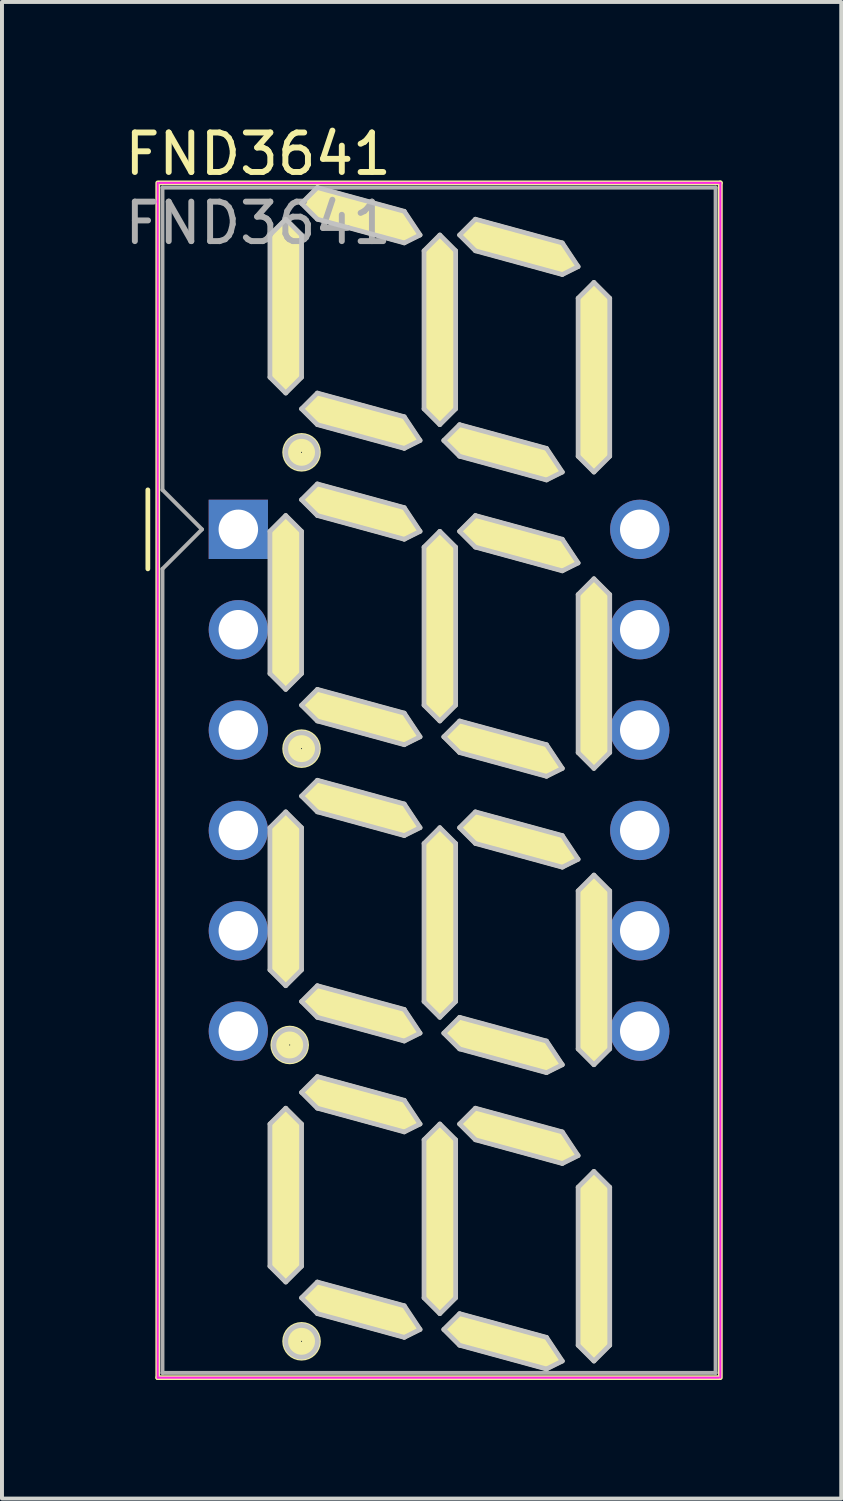
<source format=kicad_pcb>
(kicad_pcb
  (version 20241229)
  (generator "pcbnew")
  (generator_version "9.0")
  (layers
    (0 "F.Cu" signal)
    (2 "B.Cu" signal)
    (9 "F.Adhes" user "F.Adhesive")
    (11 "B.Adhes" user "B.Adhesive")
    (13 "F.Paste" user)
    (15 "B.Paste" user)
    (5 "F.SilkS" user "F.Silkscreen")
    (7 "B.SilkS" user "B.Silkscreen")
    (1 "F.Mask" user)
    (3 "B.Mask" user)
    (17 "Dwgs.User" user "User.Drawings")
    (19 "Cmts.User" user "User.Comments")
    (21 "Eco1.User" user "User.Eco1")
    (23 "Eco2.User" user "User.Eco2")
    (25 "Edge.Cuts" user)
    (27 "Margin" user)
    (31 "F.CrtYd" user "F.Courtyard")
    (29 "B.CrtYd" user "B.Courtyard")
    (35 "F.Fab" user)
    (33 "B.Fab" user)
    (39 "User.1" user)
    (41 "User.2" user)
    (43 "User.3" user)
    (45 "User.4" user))
  (footprint "FND3641"
    (layer "F.Cu")
    (at 2.982 10.348)
    (property "Reference" "FND3641" (at 0.5 -9.5 0) (layer "F.SilkS") (effects (font (size 1 1) (thickness 0.15))))
    (attr through_hole)
    (fp_line (start -2.29 -1) (end -2.29 1) (stroke (width 0.12) (type solid)) (layer "F.SilkS"))
    (fp_line (start -2.04 -8.77) (end -2.04 21.47) (stroke (width 0.12) (type solid)) (layer "F.SilkS"))
    (fp_line (start -2 -8.77) (end 12.2 -8.77) (stroke (width 0.12) (type solid)) (layer "F.SilkS"))
    (fp_line (start 12.16 21.47) (end -2.04 21.47) (stroke (width 0.12) (type solid)) (layer "F.SilkS"))
    (fp_line (start 12.2 21.47) (end 12.2 -8.77) (stroke (width 0.12) (type solid)) (layer "F.SilkS"))
    (fp_circle (center 1.3 13.05) (end 1.55 13.05) (stroke (width 0.475) (type solid)) (fill no) (layer "F.SilkS"))
    (fp_circle (center 1.6 -1.95) (end 1.85 -1.95) (stroke (width 0.475) (type solid)) (fill no) (layer "F.SilkS"))
    (fp_circle (center 1.6 5.55) (end 1.85 5.55) (stroke (width 0.475) (type solid)) (fill no) (layer "F.SilkS"))
    (fp_circle (center 1.6 20.55) (end 1.85 20.55) (stroke (width 0.475) (type solid)) (fill no) (layer "F.SilkS"))
    (fp_poly (pts (xy 1.6 -7.45) (xy 1.6 -3.85) (xy 1.2 -3.45) (xy 0.8 -3.85) (xy 0.8 -7.45) (xy 1.2 -7.85)) (stroke (width 0.1) (type solid)) (fill yes) (layer "F.SilkS"))
    (fp_poly (pts (xy 1.6 0.05) (xy 1.6 3.65) (xy 1.2 4.05) (xy 0.8 3.65) (xy 0.8 0.05) (xy 1.2 -0.35)) (stroke (width 0.1) (type solid)) (fill yes) (layer "F.SilkS"))
    (fp_poly (pts (xy 1.6 7.55) (xy 1.6 11.15) (xy 1.2 11.55) (xy 0.8 11.15) (xy 0.8 7.55) (xy 1.2 7.15)) (stroke (width 0.1) (type solid)) (fill yes) (layer "F.SilkS"))
    (fp_poly (pts (xy 1.6 15.05) (xy 1.6 18.65) (xy 1.2 19.05) (xy 0.8 18.65) (xy 0.8 15.05) (xy 1.2 14.65)) (stroke (width 0.1) (type solid)) (fill yes) (layer "F.SilkS"))
    (fp_poly (pts (xy 4.2 -8.05) (xy 4.6 -7.45) (xy 4.2 -7.25) (xy 2 -7.85) (xy 1.6 -8.25) (xy 2 -8.65)) (stroke (width 0.1) (type solid)) (fill yes) (layer "F.SilkS"))
    (fp_poly (pts (xy 4.2 -2.85) (xy 4.6 -2.25) (xy 4.2 -2.05) (xy 2 -2.65) (xy 1.6 -3.05) (xy 2 -3.45)) (stroke (width 0.1) (type solid)) (fill yes) (layer "F.SilkS"))
    (fp_poly (pts (xy 4.2 -0.55) (xy 4.6 0.05) (xy 4.2 0.25) (xy 2 -0.35) (xy 1.6 -0.75) (xy 2 -1.15)) (stroke (width 0.1) (type solid)) (fill yes) (layer "F.SilkS"))
    (fp_poly (pts (xy 4.2 4.65) (xy 4.6 5.25) (xy 4.2 5.45) (xy 2 4.85) (xy 1.6 4.45) (xy 2 4.05)) (stroke (width 0.1) (type solid)) (fill yes) (layer "F.SilkS"))
    (fp_poly (pts (xy 4.2 6.95) (xy 4.6 7.55) (xy 4.2 7.75) (xy 2 7.15) (xy 1.6 6.75) (xy 2 6.35)) (stroke (width 0.1) (type solid)) (fill yes) (layer "F.SilkS"))
    (fp_poly (pts (xy 4.2 12.15) (xy 4.6 12.75) (xy 4.2 12.95) (xy 2 12.35) (xy 1.6 11.95) (xy 2 11.55)) (stroke (width 0.1) (type solid)) (fill yes) (layer "F.SilkS"))
    (fp_poly (pts (xy 4.2 14.45) (xy 4.6 15.05) (xy 4.2 15.25) (xy 2 14.65) (xy 1.6 14.25) (xy 2 13.85)) (stroke (width 0.1) (type solid)) (fill yes) (layer "F.SilkS"))
    (fp_poly (pts (xy 4.2 19.65) (xy 4.6 20.25) (xy 4.2 20.45) (xy 2 19.85) (xy 1.6 19.45) (xy 2 19.05)) (stroke (width 0.1) (type solid)) (fill yes) (layer "F.SilkS"))
    (fp_poly (pts (xy 5.5 -7.05) (xy 5.5 -3.05) (xy 5.1 -2.65) (xy 4.7 -3.05) (xy 4.7 -7.05) (xy 5.1 -7.45)) (stroke (width 0.1) (type solid)) (fill yes) (layer "F.SilkS"))
    (fp_poly (pts (xy 5.5 0.45) (xy 5.5 4.45) (xy 5.1 4.85) (xy 4.7 4.45) (xy 4.7 0.45) (xy 5.1 0.05)) (stroke (width 0.1) (type solid)) (fill yes) (layer "F.SilkS"))
    (fp_poly (pts (xy 5.5 7.95) (xy 5.5 11.95) (xy 5.1 12.35) (xy 4.7 11.95) (xy 4.7 7.95) (xy 5.1 7.55)) (stroke (width 0.1) (type solid)) (fill yes) (layer "F.SilkS"))
    (fp_poly (pts (xy 5.5 15.45) (xy 5.5 19.45) (xy 5.1 19.85) (xy 4.7 19.45) (xy 4.7 15.45) (xy 5.1 15.05)) (stroke (width 0.1) (type solid)) (fill yes) (layer "F.SilkS"))
    (fp_poly (pts (xy 7.8 -2.05) (xy 8.2 -1.45) (xy 7.8 -1.25) (xy 5.6 -1.85) (xy 5.2 -2.25) (xy 5.6 -2.65)) (stroke (width 0.1) (type solid)) (fill yes) (layer "F.SilkS"))
    (fp_poly (pts (xy 7.8 5.45) (xy 8.2 6.05) (xy 7.8 6.25) (xy 5.6 5.65) (xy 5.2 5.25) (xy 5.6 4.85)) (stroke (width 0.1) (type solid)) (fill yes) (layer "F.SilkS"))
    (fp_poly (pts (xy 7.8 12.95) (xy 8.2 13.55) (xy 7.8 13.75) (xy 5.6 13.15) (xy 5.2 12.75) (xy 5.6 12.35)) (stroke (width 0.1) (type solid)) (fill yes) (layer "F.SilkS"))
    (fp_poly (pts (xy 7.8 20.45) (xy 8.2 21.05) (xy 7.8 21.25) (xy 5.6 20.65) (xy 5.2 20.25) (xy 5.6 19.85)) (stroke (width 0.1) (type solid)) (fill yes) (layer "F.SilkS"))
    (fp_poly (pts (xy 8.2 -7.25) (xy 8.6 -6.65) (xy 8.2 -6.45) (xy 6 -7.05) (xy 5.6 -7.45) (xy 6 -7.85)) (stroke (width 0.1) (type solid)) (fill yes) (layer "F.SilkS"))
    (fp_poly (pts (xy 8.2 0.25) (xy 8.6 0.85) (xy 8.2 1.05) (xy 6 0.45) (xy 5.6 0.05) (xy 6 -0.35)) (stroke (width 0.1) (type solid)) (fill yes) (layer "F.SilkS"))
    (fp_poly (pts (xy 8.2 7.75) (xy 8.6 8.35) (xy 8.2 8.55) (xy 6 7.95) (xy 5.6 7.55) (xy 6 7.15)) (stroke (width 0.1) (type solid)) (fill yes) (layer "F.SilkS"))
    (fp_poly (pts (xy 8.2 15.25) (xy 8.6 15.85) (xy 8.2 16.05) (xy 6 15.45) (xy 5.6 15.05) (xy 6 14.65)) (stroke (width 0.1) (type solid)) (fill yes) (layer "F.SilkS"))
    (fp_poly (pts (xy 9.4 -5.85) (xy 9.4 -1.85) (xy 9 -1.45) (xy 8.6 -1.85) (xy 8.6 -5.85) (xy 9 -6.25)) (stroke (width 0.1) (type solid)) (fill yes) (layer "F.SilkS"))
    (fp_poly (pts (xy 9.4 1.65) (xy 9.4 5.65) (xy 9 6.05) (xy 8.6 5.65) (xy 8.6 1.65) (xy 9 1.25)) (stroke (width 0.1) (type solid)) (fill yes) (layer "F.SilkS"))
    (fp_poly (pts (xy 9.4 9.15) (xy 9.4 13.15) (xy 9 13.55) (xy 8.6 13.15) (xy 8.6 9.15) (xy 9 8.75)) (stroke (width 0.1) (type solid)) (fill yes) (layer "F.SilkS"))
    (fp_poly (pts (xy 9.4 16.65) (xy 9.4 20.65) (xy 9 21.05) (xy 8.6 20.65) (xy 8.6 16.65) (xy 9 16.25)) (stroke (width 0.1) (type solid)) (fill yes) (layer "F.SilkS"))
    (fp_line (start 0.8 -7.45) (end 0.8 -3.85) (stroke (width 0.12) (type solid)) (layer "Dwgs.User"))
    (fp_line (start 0.8 0.05) (end 0.8 3.65) (stroke (width 0.12) (type solid)) (layer "Dwgs.User"))
    (fp_line (start 0.8 7.55) (end 0.8 11.15) (stroke (width 0.12) (type solid)) (layer "Dwgs.User"))
    (fp_line (start 0.8 15.05) (end 0.8 18.65) (stroke (width 0.12) (type solid)) (layer "Dwgs.User"))
    (fp_line (start 1.2 -7.85) (end 0.8 -7.45) (stroke (width 0.12) (type solid)) (layer "Dwgs.User"))
    (fp_line (start 1.2 -7.85) (end 1.6 -7.45) (stroke (width 0.12) (type solid)) (layer "Dwgs.User"))
    (fp_line (start 1.2 -3.45) (end 0.8 -3.85) (stroke (width 0.12) (type solid)) (layer "Dwgs.User"))
    (fp_line (start 1.2 -3.45) (end 1.6 -3.85) (stroke (width 0.12) (type solid)) (layer "Dwgs.User"))
    (fp_line (start 1.2 -0.35) (end 0.8 0.05) (stroke (width 0.12) (type solid)) (layer "Dwgs.User"))
    (fp_line (start 1.2 -0.35) (end 1.6 0.05) (stroke (width 0.12) (type solid)) (layer "Dwgs.User"))
    (fp_line (start 1.2 4.05) (end 0.8 3.65) (stroke (width 0.12) (type solid)) (layer "Dwgs.User"))
    (fp_line (start 1.2 4.05) (end 1.6 3.65) (stroke (width 0.12) (type solid)) (layer "Dwgs.User"))
    (fp_line (start 1.2 7.15) (end 0.8 7.55) (stroke (width 0.12) (type solid)) (layer "Dwgs.User"))
    (fp_line (start 1.2 7.15) (end 1.6 7.55) (stroke (width 0.12) (type solid)) (layer "Dwgs.User"))
    (fp_line (start 1.2 11.55) (end 0.8 11.15) (stroke (width 0.12) (type solid)) (layer "Dwgs.User"))
    (fp_line (start 1.2 11.55) (end 1.6 11.15) (stroke (width 0.12) (type solid)) (layer "Dwgs.User"))
    (fp_line (start 1.2 14.65) (end 0.8 15.05) (stroke (width 0.12) (type solid)) (layer "Dwgs.User"))
    (fp_line (start 1.2 14.65) (end 1.6 15.05) (stroke (width 0.12) (type solid)) (layer "Dwgs.User"))
    (fp_line (start 1.2 19.05) (end 0.8 18.65) (stroke (width 0.12) (type solid)) (layer "Dwgs.User"))
    (fp_line (start 1.2 19.05) (end 1.6 18.65) (stroke (width 0.12) (type solid)) (layer "Dwgs.User"))
    (fp_line (start 1.6 -8.25) (end 2 -8.65) (stroke (width 0.12) (type solid)) (layer "Dwgs.User"))
    (fp_line (start 1.6 -8.25) (end 2 -7.85) (stroke (width 0.12) (type solid)) (layer "Dwgs.User"))
    (fp_line (start 1.6 -7.45) (end 1.6 -3.85) (stroke (width 0.12) (type solid)) (layer "Dwgs.User"))
    (fp_line (start 1.6 -3.05) (end 2 -3.45) (stroke (width 0.12) (type solid)) (layer "Dwgs.User"))
    (fp_line (start 1.6 -3.05) (end 2 -2.65) (stroke (width 0.12) (type solid)) (layer "Dwgs.User"))
    (fp_line (start 1.6 -0.75) (end 2 -1.15) (stroke (width 0.12) (type solid)) (layer "Dwgs.User"))
    (fp_line (start 1.6 -0.75) (end 2 -0.35) (stroke (width 0.12) (type solid)) (layer "Dwgs.User"))
    (fp_line (start 1.6 0.05) (end 1.6 3.65) (stroke (width 0.12) (type solid)) (layer "Dwgs.User"))
    (fp_line (start 1.6 4.45) (end 2 4.05) (stroke (width 0.12) (type solid)) (layer "Dwgs.User"))
    (fp_line (start 1.6 4.45) (end 2 4.85) (stroke (width 0.12) (type solid)) (layer "Dwgs.User"))
    (fp_line (start 1.6 6.75) (end 2 6.35) (stroke (width 0.12) (type solid)) (layer "Dwgs.User"))
    (fp_line (start 1.6 6.75) (end 2 7.15) (stroke (width 0.12) (type solid)) (layer "Dwgs.User"))
    (fp_line (start 1.6 7.55) (end 1.6 11.15) (stroke (width 0.12) (type solid)) (layer "Dwgs.User"))
    (fp_line (start 1.6 11.95) (end 2 11.55) (stroke (width 0.12) (type solid)) (layer "Dwgs.User"))
    (fp_line (start 1.6 11.95) (end 2 12.35) (stroke (width 0.12) (type solid)) (layer "Dwgs.User"))
    (fp_line (start 1.6 14.25) (end 2 13.85) (stroke (width 0.12) (type solid)) (layer "Dwgs.User"))
    (fp_line (start 1.6 14.25) (end 2 14.65) (stroke (width 0.12) (type solid)) (layer "Dwgs.User"))
    (fp_line (start 1.6 15.05) (end 1.6 18.65) (stroke (width 0.12) (type solid)) (layer "Dwgs.User"))
    (fp_line (start 1.6 19.45) (end 2 19.05) (stroke (width 0.12) (type solid)) (layer "Dwgs.User"))
    (fp_line (start 1.6 19.45) (end 2 19.85) (stroke (width 0.12) (type solid)) (layer "Dwgs.User"))
    (fp_line (start 2 -8.65) (end 4.2 -8.05) (stroke (width 0.12) (type solid)) (layer "Dwgs.User"))
    (fp_line (start 2 -3.45) (end 4.2 -2.85) (stroke (width 0.12) (type solid)) (layer "Dwgs.User"))
    (fp_line (start 2 -2.65) (end 4.2 -2.05) (stroke (width 0.12) (type solid)) (layer "Dwgs.User"))
    (fp_line (start 2 -1.15) (end 4.2 -0.55) (stroke (width 0.12) (type solid)) (layer "Dwgs.User"))
    (fp_line (start 2 4.05) (end 4.2 4.65) (stroke (width 0.12) (type solid)) (layer "Dwgs.User"))
    (fp_line (start 2 4.85) (end 4.2 5.45) (stroke (width 0.12) (type solid)) (layer "Dwgs.User"))
    (fp_line (start 2 6.35) (end 4.2 6.95) (stroke (width 0.12) (type solid)) (layer "Dwgs.User"))
    (fp_line (start 2 11.55) (end 4.2 12.15) (stroke (width 0.12) (type solid)) (layer "Dwgs.User"))
    (fp_line (start 2 12.35) (end 4.2 12.95) (stroke (width 0.12) (type solid)) (layer "Dwgs.User"))
    (fp_line (start 2 13.85) (end 4.2 14.45) (stroke (width 0.12) (type solid)) (layer "Dwgs.User"))
    (fp_line (start 2 19.05) (end 4.2 19.65) (stroke (width 0.12) (type solid)) (layer "Dwgs.User"))
    (fp_line (start 2 19.85) (end 4.2 20.45) (stroke (width 0.12) (type solid)) (layer "Dwgs.User"))
    (fp_line (start 4.2 -7.25) (end 2 -7.85) (stroke (width 0.12) (type solid)) (layer "Dwgs.User"))
    (fp_line (start 4.2 0.25) (end 2 -0.35) (stroke (width 0.12) (type solid)) (layer "Dwgs.User"))
    (fp_line (start 4.2 7.75) (end 2 7.15) (stroke (width 0.12) (type solid)) (layer "Dwgs.User"))
    (fp_line (start 4.2 15.25) (end 2 14.65) (stroke (width 0.12) (type solid)) (layer "Dwgs.User"))
    (fp_line (start 4.6 -7.45) (end 4.2 -8.05) (stroke (width 0.12) (type solid)) (layer "Dwgs.User"))
    (fp_line (start 4.6 -7.45) (end 4.2 -7.25) (stroke (width 0.12) (type solid)) (layer "Dwgs.User"))
    (fp_line (start 4.6 -2.25) (end 4.2 -2.85) (stroke (width 0.12) (type solid)) (layer "Dwgs.User"))
    (fp_line (start 4.6 -2.25) (end 4.2 -2.05) (stroke (width 0.12) (type solid)) (layer "Dwgs.User"))
    (fp_line (start 4.6 0.05) (end 4.2 -0.55) (stroke (width 0.12) (type solid)) (layer "Dwgs.User"))
    (fp_line (start 4.6 0.05) (end 4.2 0.25) (stroke (width 0.12) (type solid)) (layer "Dwgs.User"))
    (fp_line (start 4.6 5.25) (end 4.2 4.65) (stroke (width 0.12) (type solid)) (layer "Dwgs.User"))
    (fp_line (start 4.6 5.25) (end 4.2 5.45) (stroke (width 0.12) (type solid)) (layer "Dwgs.User"))
    (fp_line (start 4.6 7.55) (end 4.2 6.95) (stroke (width 0.12) (type solid)) (layer "Dwgs.User"))
    (fp_line (start 4.6 7.55) (end 4.2 7.75) (stroke (width 0.12) (type solid)) (layer "Dwgs.User"))
    (fp_line (start 4.6 12.75) (end 4.2 12.15) (stroke (width 0.12) (type solid)) (layer "Dwgs.User"))
    (fp_line (start 4.6 12.75) (end 4.2 12.95) (stroke (width 0.12) (type solid)) (layer "Dwgs.User"))
    (fp_line (start 4.6 15.05) (end 4.2 14.45) (stroke (width 0.12) (type solid)) (layer "Dwgs.User"))
    (fp_line (start 4.6 15.05) (end 4.2 15.25) (stroke (width 0.12) (type solid)) (layer "Dwgs.User"))
    (fp_line (start 4.6 20.25) (end 4.2 19.65) (stroke (width 0.12) (type solid)) (layer "Dwgs.User"))
    (fp_line (start 4.6 20.25) (end 4.2 20.45) (stroke (width 0.12) (type solid)) (layer "Dwgs.User"))
    (fp_line (start 4.7 -7.05) (end 4.7 -3.05) (stroke (width 0.12) (type solid)) (layer "Dwgs.User"))
    (fp_line (start 4.7 0.45) (end 4.7 4.45) (stroke (width 0.12) (type solid)) (layer "Dwgs.User"))
    (fp_line (start 4.7 7.95) (end 4.7 11.95) (stroke (width 0.12) (type solid)) (layer "Dwgs.User"))
    (fp_line (start 4.7 15.45) (end 4.7 19.45) (stroke (width 0.12) (type solid)) (layer "Dwgs.User"))
    (fp_line (start 5.1 -7.45) (end 4.7 -7.05) (stroke (width 0.12) (type solid)) (layer "Dwgs.User"))
    (fp_line (start 5.1 -7.45) (end 5.5 -7.05) (stroke (width 0.12) (type solid)) (layer "Dwgs.User"))
    (fp_line (start 5.1 -2.65) (end 4.7 -3.05) (stroke (width 0.12) (type solid)) (layer "Dwgs.User"))
    (fp_line (start 5.1 -2.65) (end 5.5 -3.05) (stroke (width 0.12) (type solid)) (layer "Dwgs.User"))
    (fp_line (start 5.1 0.05) (end 4.7 0.45) (stroke (width 0.12) (type solid)) (layer "Dwgs.User"))
    (fp_line (start 5.1 0.05) (end 5.5 0.45) (stroke (width 0.12) (type solid)) (layer "Dwgs.User"))
    (fp_line (start 5.1 4.85) (end 4.7 4.45) (stroke (width 0.12) (type solid)) (layer "Dwgs.User"))
    (fp_line (start 5.1 4.85) (end 5.5 4.45) (stroke (width 0.12) (type solid)) (layer "Dwgs.User"))
    (fp_line (start 5.1 7.55) (end 4.7 7.95) (stroke (width 0.12) (type solid)) (layer "Dwgs.User"))
    (fp_line (start 5.1 7.55) (end 5.5 7.95) (stroke (width 0.12) (type solid)) (layer "Dwgs.User"))
    (fp_line (start 5.1 12.35) (end 4.7 11.95) (stroke (width 0.12) (type solid)) (layer "Dwgs.User"))
    (fp_line (start 5.1 12.35) (end 5.5 11.95) (stroke (width 0.12) (type solid)) (layer "Dwgs.User"))
    (fp_line (start 5.1 15.05) (end 4.7 15.45) (stroke (width 0.12) (type solid)) (layer "Dwgs.User"))
    (fp_line (start 5.1 15.05) (end 5.5 15.45) (stroke (width 0.12) (type solid)) (layer "Dwgs.User"))
    (fp_line (start 5.1 19.85) (end 4.7 19.45) (stroke (width 0.12) (type solid)) (layer "Dwgs.User"))
    (fp_line (start 5.1 19.85) (end 5.5 19.45) (stroke (width 0.12) (type solid)) (layer "Dwgs.User"))
    (fp_line (start 5.2 -2.25) (end 5.6 -2.65) (stroke (width 0.12) (type solid)) (layer "Dwgs.User"))
    (fp_line (start 5.2 -2.25) (end 5.6 -1.85) (stroke (width 0.12) (type solid)) (layer "Dwgs.User"))
    (fp_line (start 5.2 5.25) (end 5.6 4.85) (stroke (width 0.12) (type solid)) (layer "Dwgs.User"))
    (fp_line (start 5.2 5.25) (end 5.6 5.65) (stroke (width 0.12) (type solid)) (layer "Dwgs.User"))
    (fp_line (start 5.2 12.75) (end 5.6 12.35) (stroke (width 0.12) (type solid)) (layer "Dwgs.User"))
    (fp_line (start 5.2 12.75) (end 5.6 13.15) (stroke (width 0.12) (type solid)) (layer "Dwgs.User"))
    (fp_line (start 5.2 20.25) (end 5.6 19.85) (stroke (width 0.12) (type solid)) (layer "Dwgs.User"))
    (fp_line (start 5.2 20.25) (end 5.6 20.65) (stroke (width 0.12) (type solid)) (layer "Dwgs.User"))
    (fp_line (start 5.5 -7.05) (end 5.5 -3.05) (stroke (width 0.12) (type solid)) (layer "Dwgs.User"))
    (fp_line (start 5.5 0.45) (end 5.5 4.45) (stroke (width 0.12) (type solid)) (layer "Dwgs.User"))
    (fp_line (start 5.5 7.95) (end 5.5 11.95) (stroke (width 0.12) (type solid)) (layer "Dwgs.User"))
    (fp_line (start 5.5 15.45) (end 5.5 19.45) (stroke (width 0.12) (type solid)) (layer "Dwgs.User"))
    (fp_line (start 5.6 -7.45) (end 6 -7.85) (stroke (width 0.12) (type solid)) (layer "Dwgs.User"))
    (fp_line (start 5.6 -7.45) (end 6 -7.05) (stroke (width 0.12) (type solid)) (layer "Dwgs.User"))
    (fp_line (start 5.6 -2.65) (end 7.8 -2.05) (stroke (width 0.12) (type solid)) (layer "Dwgs.User"))
    (fp_line (start 5.6 -1.85) (end 7.8 -1.25) (stroke (width 0.12) (type solid)) (layer "Dwgs.User"))
    (fp_line (start 5.6 0.05) (end 6 -0.35) (stroke (width 0.12) (type solid)) (layer "Dwgs.User"))
    (fp_line (start 5.6 0.05) (end 6 0.45) (stroke (width 0.12) (type solid)) (layer "Dwgs.User"))
    (fp_line (start 5.6 4.85) (end 7.8 5.45) (stroke (width 0.12) (type solid)) (layer "Dwgs.User"))
    (fp_line (start 5.6 5.65) (end 7.8 6.25) (stroke (width 0.12) (type solid)) (layer "Dwgs.User"))
    (fp_line (start 5.6 7.55) (end 6 7.15) (stroke (width 0.12) (type solid)) (layer "Dwgs.User"))
    (fp_line (start 5.6 7.55) (end 6 7.95) (stroke (width 0.12) (type solid)) (layer "Dwgs.User"))
    (fp_line (start 5.6 12.35) (end 7.8 12.95) (stroke (width 0.12) (type solid)) (layer "Dwgs.User"))
    (fp_line (start 5.6 13.15) (end 7.8 13.75) (stroke (width 0.12) (type solid)) (layer "Dwgs.User"))
    (fp_line (start 5.6 15.05) (end 6 14.65) (stroke (width 0.12) (type solid)) (layer "Dwgs.User"))
    (fp_line (start 5.6 15.05) (end 6 15.45) (stroke (width 0.12) (type solid)) (layer "Dwgs.User"))
    (fp_line (start 5.6 19.85) (end 7.8 20.45) (stroke (width 0.12) (type solid)) (layer "Dwgs.User"))
    (fp_line (start 5.6 20.65) (end 7.8 21.25) (stroke (width 0.12) (type solid)) (layer "Dwgs.User"))
    (fp_line (start 6 -7.85) (end 8.2 -7.25) (stroke (width 0.12) (type solid)) (layer "Dwgs.User"))
    (fp_line (start 6 -0.35) (end 8.2 0.25) (stroke (width 0.12) (type solid)) (layer "Dwgs.User"))
    (fp_line (start 6 7.15) (end 8.2 7.75) (stroke (width 0.12) (type solid)) (layer "Dwgs.User"))
    (fp_line (start 6 14.65) (end 8.2 15.25) (stroke (width 0.12) (type solid)) (layer "Dwgs.User"))
    (fp_line (start 8.2 -6.45) (end 6 -7.05) (stroke (width 0.12) (type solid)) (layer "Dwgs.User"))
    (fp_line (start 8.2 -1.45) (end 7.8 -2.05) (stroke (width 0.12) (type solid)) (layer "Dwgs.User"))
    (fp_line (start 8.2 -1.45) (end 7.8 -1.25) (stroke (width 0.12) (type solid)) (layer "Dwgs.User"))
    (fp_line (start 8.2 1.05) (end 6 0.45) (stroke (width 0.12) (type solid)) (layer "Dwgs.User"))
    (fp_line (start 8.2 6.05) (end 7.8 5.45) (stroke (width 0.12) (type solid)) (layer "Dwgs.User"))
    (fp_line (start 8.2 6.05) (end 7.8 6.25) (stroke (width 0.12) (type solid)) (layer "Dwgs.User"))
    (fp_line (start 8.2 8.55) (end 6 7.95) (stroke (width 0.12) (type solid)) (layer "Dwgs.User"))
    (fp_line (start 8.2 13.55) (end 7.8 12.95) (stroke (width 0.12) (type solid)) (layer "Dwgs.User"))
    (fp_line (start 8.2 13.55) (end 7.8 13.75) (stroke (width 0.12) (type solid)) (layer "Dwgs.User"))
    (fp_line (start 8.2 16.05) (end 6 15.45) (stroke (width 0.12) (type solid)) (layer "Dwgs.User"))
    (fp_line (start 8.2 21.05) (end 7.8 20.45) (stroke (width 0.12) (type solid)) (layer "Dwgs.User"))
    (fp_line (start 8.2 21.05) (end 7.8 21.25) (stroke (width 0.12) (type solid)) (layer "Dwgs.User"))
    (fp_line (start 8.6 -6.65) (end 8.2 -7.25) (stroke (width 0.12) (type solid)) (layer "Dwgs.User"))
    (fp_line (start 8.6 -6.65) (end 8.2 -6.45) (stroke (width 0.12) (type solid)) (layer "Dwgs.User"))
    (fp_line (start 8.6 -5.85) (end 8.6 -1.85) (stroke (width 0.12) (type solid)) (layer "Dwgs.User"))
    (fp_line (start 8.6 0.85) (end 8.2 0.25) (stroke (width 0.12) (type solid)) (layer "Dwgs.User"))
    (fp_line (start 8.6 0.85) (end 8.2 1.05) (stroke (width 0.12) (type solid)) (layer "Dwgs.User"))
    (fp_line (start 8.6 1.65) (end 8.6 5.65) (stroke (width 0.12) (type solid)) (layer "Dwgs.User"))
    (fp_line (start 8.6 8.35) (end 8.2 7.75) (stroke (width 0.12) (type solid)) (layer "Dwgs.User"))
    (fp_line (start 8.6 8.35) (end 8.2 8.55) (stroke (width 0.12) (type solid)) (layer "Dwgs.User"))
    (fp_line (start 8.6 9.15) (end 8.6 13.15) (stroke (width 0.12) (type solid)) (layer "Dwgs.User"))
    (fp_line (start 8.6 15.85) (end 8.2 15.25) (stroke (width 0.12) (type solid)) (layer "Dwgs.User"))
    (fp_line (start 8.6 15.85) (end 8.2 16.05) (stroke (width 0.12) (type solid)) (layer "Dwgs.User"))
    (fp_line (start 8.6 16.65) (end 8.6 20.65) (stroke (width 0.12) (type solid)) (layer "Dwgs.User"))
    (fp_line (start 9 -6.25) (end 8.6 -5.85) (stroke (width 0.12) (type solid)) (layer "Dwgs.User"))
    (fp_line (start 9 -6.25) (end 9.4 -5.85) (stroke (width 0.12) (type solid)) (layer "Dwgs.User"))
    (fp_line (start 9 -1.45) (end 8.6 -1.85) (stroke (width 0.12) (type solid)) (layer "Dwgs.User"))
    (fp_line (start 9 -1.45) (end 9.4 -1.85) (stroke (width 0.12) (type solid)) (layer "Dwgs.User"))
    (fp_line (start 9 1.25) (end 8.6 1.65) (stroke (width 0.12) (type solid)) (layer "Dwgs.User"))
    (fp_line (start 9 1.25) (end 9.4 1.65) (stroke (width 0.12) (type solid)) (layer "Dwgs.User"))
    (fp_line (start 9 6.05) (end 8.6 5.65) (stroke (width 0.12) (type solid)) (layer "Dwgs.User"))
    (fp_line (start 9 6.05) (end 9.4 5.65) (stroke (width 0.12) (type solid)) (layer "Dwgs.User"))
    (fp_line (start 9 8.75) (end 8.6 9.15) (stroke (width 0.12) (type solid)) (layer "Dwgs.User"))
    (fp_line (start 9 8.75) (end 9.4 9.15) (stroke (width 0.12) (type solid)) (layer "Dwgs.User"))
    (fp_line (start 9 13.55) (end 8.6 13.15) (stroke (width 0.12) (type solid)) (layer "Dwgs.User"))
    (fp_line (start 9 13.55) (end 9.4 13.15) (stroke (width 0.12) (type solid)) (layer "Dwgs.User"))
    (fp_line (start 9 16.25) (end 8.6 16.65) (stroke (width 0.12) (type solid)) (layer "Dwgs.User"))
    (fp_line (start 9 16.25) (end 9.4 16.65) (stroke (width 0.12) (type solid)) (layer "Dwgs.User"))
    (fp_line (start 9 21.05) (end 8.6 20.65) (stroke (width 0.12) (type solid)) (layer "Dwgs.User"))
    (fp_line (start 9 21.05) (end 9.4 20.65) (stroke (width 0.12) (type solid)) (layer "Dwgs.User"))
    (fp_line (start 9.4 -5.85) (end 9.4 -1.85) (stroke (width 0.12) (type solid)) (layer "Dwgs.User"))
    (fp_line (start 9.4 1.65) (end 9.4 5.65) (stroke (width 0.12) (type solid)) (layer "Dwgs.User"))
    (fp_line (start 9.4 9.15) (end 9.4 13.15) (stroke (width 0.12) (type solid)) (layer "Dwgs.User"))
    (fp_line (start 9.4 16.65) (end 9.4 20.65) (stroke (width 0.12) (type solid)) (layer "Dwgs.User"))
    (fp_circle (center 1.3 13.05) (end 1.7 13.05) (stroke (width 0.12) (type solid)) (fill no) (layer "Dwgs.User"))
    (fp_circle (center 1.6 -1.95) (end 2 -1.95) (stroke (width 0.12) (type solid)) (fill no) (layer "Dwgs.User"))
    (fp_circle (center 1.6 5.55) (end 2 5.55) (stroke (width 0.12) (type solid)) (fill no) (layer "Dwgs.User"))
    (fp_circle (center 1.6 20.55) (end 2 20.55) (stroke (width 0.12) (type solid)) (fill no) (layer "Dwgs.User"))
    (fp_line (start -2.04 21.47) (end -2.04 -8.77) (stroke (width 0.05) (type solid)) (layer "F.CrtYd"))
    (fp_line (start -2 -8.77) (end 12.2 -8.77) (stroke (width 0.05) (type solid)) (layer "F.CrtYd"))
    (fp_line (start 12.16 21.47) (end -2.04 21.47) (stroke (width 0.05) (type solid)) (layer "F.CrtYd"))
    (fp_line (start 12.2 -8.77) (end 12.2 21.47) (stroke (width 0.05) (type solid)) (layer "F.CrtYd"))
    (fp_line (start -1.92 -8.65) (end 12.08 -8.65) (stroke (width 0.1) (type solid)) (layer "F.Fab"))
    (fp_line (start -1.92 -1) (end -1.92 -8.65) (stroke (width 0.1) (type solid)) (layer "F.Fab"))
    (fp_line (start -1.92 1) (end -1.92 21.35) (stroke (width 0.1) (type solid)) (layer "F.Fab"))
    (fp_line (start -1.92 1) (end -0.92 0) (stroke (width 0.1) (type solid)) (layer "F.Fab"))
    (fp_line (start -0.92 0) (end -1.92 -1) (stroke (width 0.1) (type solid)) (layer "F.Fab"))
    (fp_line (start 12.08 -8.65) (end 12.08 21.35) (stroke (width 0.1) (type solid)) (layer "F.Fab"))
    (fp_line (start 12.08 21.35) (end -1.92 21.35) (stroke (width 0.1) (type solid)) (layer "F.Fab"))
    (fp_text user "${REFERENCE}" (at 0.5 -7.75 0) (layer "F.Fab") (effects (font (size 1 1) (thickness 0.15))))
    (pad "1" thru_hole rect (at 0 0) (size 1.5 1.5) (drill 1) (layers "*.Cu" "*.Mask"))
    (pad "2" thru_hole circle (at 0 2.54) (size 1.5 1.5) (drill 1) (layers "*.Cu" "*.Mask"))
    (pad "3" thru_hole circle (at 0 5.08) (size 1.5 1.5) (drill 1) (layers "*.Cu" "*.Mask"))
    (pad "4" thru_hole circle (at 0 7.62) (size 1.5 1.5) (drill 1) (layers "*.Cu" "*.Mask"))
    (pad "5" thru_hole circle (at 0 10.16) (size 1.5 1.5) (drill 1) (layers "*.Cu" "*.Mask"))
    (pad "6" thru_hole circle (at 0 12.7) (size 1.5 1.5) (drill 1) (layers "*.Cu" "*.Mask"))
    (pad "7" thru_hole circle (at 10.16 12.7) (size 1.5 1.5) (drill 1) (layers "*.Cu" "*.Mask"))
    (pad "8" thru_hole circle (at 10.16 10.16) (size 1.5 1.5) (drill 1) (layers "*.Cu" "*.Mask"))
    (pad "9" thru_hole circle (at 10.16 7.62) (size 1.5 1.5) (drill 1) (layers "*.Cu" "*.Mask"))
    (pad "10" thru_hole circle (at 10.16 5.08) (size 1.5 1.5) (drill 1) (layers "*.Cu" "*.Mask"))
    (pad "11" thru_hole circle (at 10.16 2.54) (size 1.5 1.5) (drill 1) (layers "*.Cu" "*.Mask"))
    (pad "12" thru_hole circle (at 10.16 0) (size 1.5 1.5) (drill 1) (layers "*.Cu" "*.Mask")))
  (gr_rect
    (start -3 -3)
    (end 18.242 34.878)
    (stroke (width 0.1) (type default))
    (fill no)
    (layer "Edge.Cuts")))
</source>
